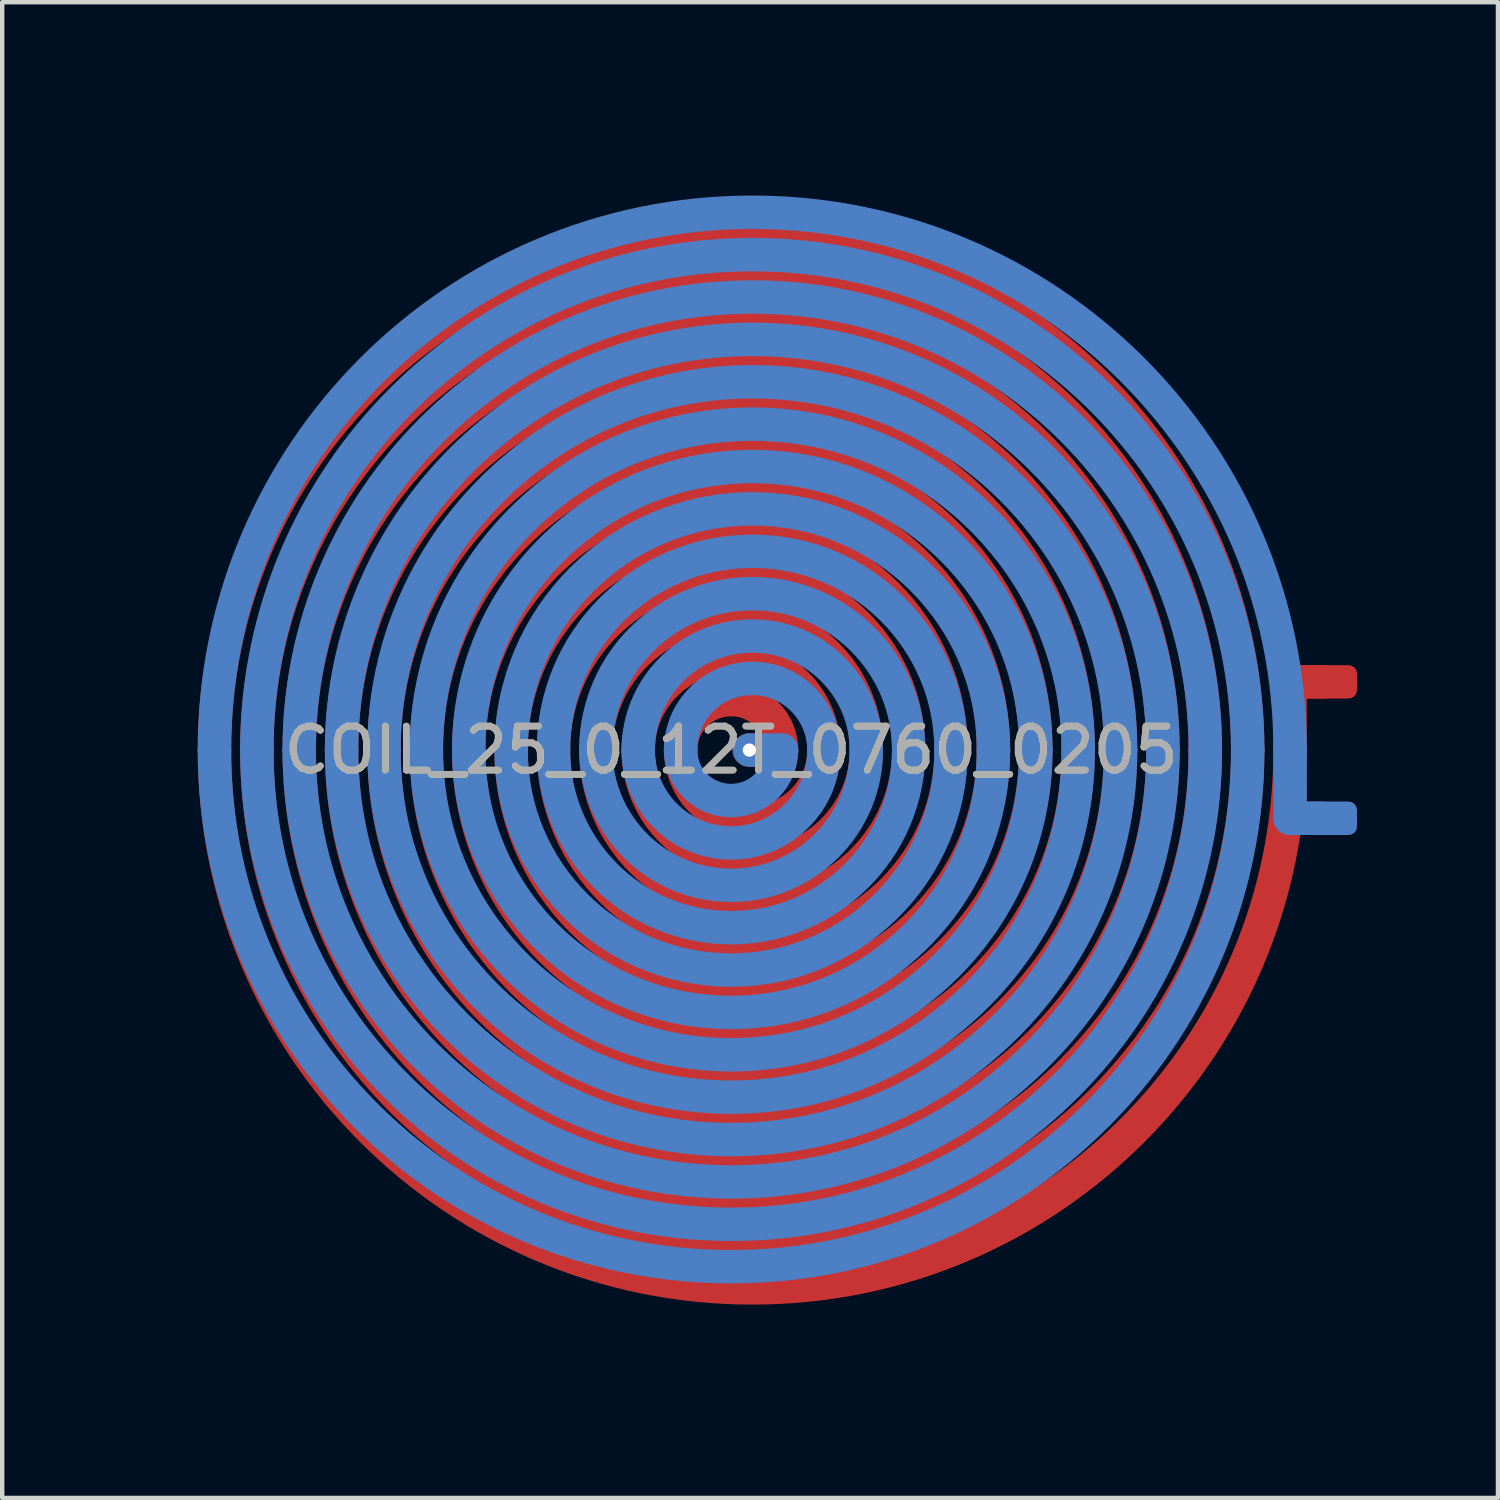
<source format=kicad_pcb>
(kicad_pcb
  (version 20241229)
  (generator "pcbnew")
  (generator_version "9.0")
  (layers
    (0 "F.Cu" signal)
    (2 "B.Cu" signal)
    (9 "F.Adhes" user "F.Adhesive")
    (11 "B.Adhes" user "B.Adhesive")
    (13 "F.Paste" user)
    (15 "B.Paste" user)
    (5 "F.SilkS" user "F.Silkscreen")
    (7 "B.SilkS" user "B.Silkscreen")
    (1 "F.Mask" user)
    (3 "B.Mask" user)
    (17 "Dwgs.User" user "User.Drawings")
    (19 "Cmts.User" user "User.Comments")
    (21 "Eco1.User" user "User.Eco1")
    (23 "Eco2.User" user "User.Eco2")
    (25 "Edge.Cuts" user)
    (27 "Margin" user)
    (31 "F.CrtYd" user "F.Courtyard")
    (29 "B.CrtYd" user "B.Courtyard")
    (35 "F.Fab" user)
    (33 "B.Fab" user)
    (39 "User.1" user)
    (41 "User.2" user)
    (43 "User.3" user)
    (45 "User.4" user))
  (footprint "COIL_25_0_12T_0760_0205"
    (layer "F.Cu")
    (at 14.045 13.995)
    (property "Reference" "COIL_25_0_12T_0760_0205" (at -0.481 0 0) (unlocked yes) (layer "F.SilkS") (effects (font (size 1 1) (thickness 0.15))))
    (attr smd exclude_from_pos_files exclude_from_bom allow_missing_courtyard)
    (fp_line (start 0.665 0) (end -0.066 0) (stroke (width 0.76) (type default)) (layer "F.Cu"))
    (fp_line (start 12.22 -1.55) (end 12.98 -1.55) (stroke (width 0.76) (type default)) (layer "F.Cu"))
    (fp_line (start 12.222 0) (end 12.22 -1.55) (stroke (width 0.76) (type default)) (layer "F.Cu"))
    (fp_arc (start -12.2215 0) (mid -0.4815 -11.74) (end 11.2585 0) (stroke (width 0.76) (type default)) (layer "F.Cu"))
    (fp_arc (start -11.2585 0) (mid -0.4815 -10.777) (end 10.2955 0) (stroke (width 0.76) (type default)) (layer "F.Cu"))
    (fp_arc (start -10.2955 0) (mid -0.4815 -9.814) (end 9.3325 0) (stroke (width 0.76) (type default)) (layer "F.Cu"))
    (fp_arc (start -9.3325 0) (mid -0.4815 -8.851) (end 8.3695 0) (stroke (width 0.76) (type default)) (layer "F.Cu"))
    (fp_arc (start -8.3695 0) (mid -0.4815 -7.888) (end 7.4065 0) (stroke (width 0.76) (type default)) (layer "F.Cu"))
    (fp_arc (start -7.4065 0) (mid -0.4815 -6.925) (end 6.4435 0) (stroke (width 0.76) (type default)) (layer "F.Cu"))
    (fp_arc (start -6.4435 0) (mid -0.4815 -5.962) (end 5.4805 0) (stroke (width 0.76) (type default)) (layer "F.Cu"))
    (fp_arc (start -5.4805 0) (mid -0.4815 -4.999) (end 4.5175 0) (stroke (width 0.76) (type default)) (layer "F.Cu"))
    (fp_arc (start -4.5175 0) (mid -0.4815 -4.036) (end 3.5545 0) (stroke (width 0.76) (type default)) (layer "F.Cu"))
    (fp_arc (start -3.5545 0) (mid -0.4815 -3.073) (end 2.5915 0) (stroke (width 0.76) (type default)) (layer "F.Cu"))
    (fp_arc (start -2.5915 0) (mid -0.4815 -2.11) (end 1.6285 0) (stroke (width 0.76) (type default)) (layer "F.Cu"))
    (fp_arc (start -1.6285 0) (mid -0.4815 -1.147) (end 0.6655 0) (stroke (width 0.76) (type default)) (layer "F.Cu"))
    (fp_arc (start 1.6285 0) (mid 0.0005 1.628) (end -1.6285 0) (stroke (width 0.76) (type default)) (layer "F.Cu"))
    (fp_arc (start 2.5915 0) (mid 0.0005 2.591) (end -2.5915 0) (stroke (width 0.76) (type default)) (layer "F.Cu"))
    (fp_arc (start 3.5545 0) (mid 0.0005 3.554) (end -3.5545 0) (stroke (width 0.76) (type default)) (layer "F.Cu"))
    (fp_arc (start 4.5175 0) (mid 0.0005 4.518) (end -4.5175 0) (stroke (width 0.76) (type default)) (layer "F.Cu"))
    (fp_arc (start 5.4805 0) (mid 0.0005 5.48) (end -5.4805 0) (stroke (width 0.76) (type default)) (layer "F.Cu"))
    (fp_arc (start 6.4435 0) (mid 0.0005 6.444) (end -6.4435 0) (stroke (width 0.76) (type default)) (layer "F.Cu"))
    (fp_arc (start 7.4065 0) (mid 0.0005 7.406) (end -7.4065 0) (stroke (width 0.76) (type default)) (layer "F.Cu"))
    (fp_arc (start 8.3695 0) (mid 0.0005 8.37) (end -8.3695 0) (stroke (width 0.76) (type default)) (layer "F.Cu"))
    (fp_arc (start 9.3325 0) (mid 0.0005 9.332) (end -9.3325 0) (stroke (width 0.76) (type default)) (layer "F.Cu"))
    (fp_arc (start 10.2955 0) (mid 0.0005 10.296) (end -10.2955 0) (stroke (width 0.76) (type default)) (layer "F.Cu"))
    (fp_arc (start 11.2585 0) (mid 0.0005 11.259) (end -11.2585 0) (stroke (width 0.76) (type default)) (layer "F.Cu"))
    (fp_arc (start 12.2215 0) (mid 0.0005 12.222) (end -12.2215 0) (stroke (width 0.76) (type default)) (layer "F.Cu"))
    (fp_line (start 0.665 0) (end -0.066 0) (stroke (width 0.76) (type default)) (layer "B.Cu"))
    (fp_line (start 12.222 0) (end 12.222 1.55) (stroke (width 0.76) (type default)) (layer "B.Cu"))
    (fp_line (start 12.222 1.55) (end 12.982 1.55) (stroke (width 0.76) (type default)) (layer "B.Cu"))
    (fp_arc (start -12.2215 0) (mid 0.0005 -12.222) (end 12.2215 0) (stroke (width 0.76) (type default)) (layer "B.Cu"))
    (fp_arc (start -11.2585 0) (mid 0.0005 -11.259) (end 11.2585 0) (stroke (width 0.76) (type default)) (layer "B.Cu"))
    (fp_arc (start -10.2955 0) (mid 0.0005 -10.296) (end 10.2955 0) (stroke (width 0.76) (type default)) (layer "B.Cu"))
    (fp_arc (start -9.3325 0) (mid 0.0005 -9.332) (end 9.3325 0) (stroke (width 0.76) (type default)) (layer "B.Cu"))
    (fp_arc (start -8.3695 0) (mid 0.0005 -8.37) (end 8.3695 0) (stroke (width 0.76) (type default)) (layer "B.Cu"))
    (fp_arc (start -7.4065 0) (mid 0.0005 -7.406) (end 7.4065 0) (stroke (width 0.76) (type default)) (layer "B.Cu"))
    (fp_arc (start -6.4435 0) (mid 0.0005 -6.444) (end 6.4435 0) (stroke (width 0.76) (type default)) (layer "B.Cu"))
    (fp_arc (start -5.4805 0) (mid 0.0005 -5.48) (end 5.4805 0) (stroke (width 0.76) (type default)) (layer "B.Cu"))
    (fp_arc (start -4.5175 0) (mid 0.0005 -4.518) (end 4.5175 0) (stroke (width 0.76) (type default)) (layer "B.Cu"))
    (fp_arc (start -3.5545 0) (mid 0.0005 -3.554) (end 3.5545 0) (stroke (width 0.76) (type default)) (layer "B.Cu"))
    (fp_arc (start -2.5915 0) (mid 0.0005 -2.591) (end 2.5915 0) (stroke (width 0.76) (type default)) (layer "B.Cu"))
    (fp_arc (start -1.6285 0) (mid 0.0005 -1.628) (end 1.6285 0) (stroke (width 0.76) (type default)) (layer "B.Cu"))
    (fp_arc (start 0.6655 0) (mid -0.4815 1.147) (end -1.6285 0) (stroke (width 0.76) (type default)) (layer "B.Cu"))
    (fp_arc (start 1.6285 0) (mid -0.4815 2.11) (end -2.5915 0) (stroke (width 0.76) (type default)) (layer "B.Cu"))
    (fp_arc (start 2.5915 0) (mid -0.4815 3.073) (end -3.5545 0) (stroke (width 0.76) (type default)) (layer "B.Cu"))
    (fp_arc (start 3.5545 0) (mid -0.4815 4.036) (end -4.5175 0) (stroke (width 0.76) (type default)) (layer "B.Cu"))
    (fp_arc (start 4.5175 0) (mid -0.4815 4.999) (end -5.4805 0) (stroke (width 0.76) (type default)) (layer "B.Cu"))
    (fp_arc (start 5.4805 0) (mid -0.4815 5.962) (end -6.4435 0) (stroke (width 0.76) (type default)) (layer "B.Cu"))
    (fp_arc (start 6.4435 0) (mid -0.4815 6.925) (end -7.4065 0) (stroke (width 0.76) (type default)) (layer "B.Cu"))
    (fp_arc (start 7.4065 0) (mid -0.4815 7.888) (end -8.3695 0) (stroke (width 0.76) (type default)) (layer "B.Cu"))
    (fp_arc (start 8.3695 0) (mid -0.4815 8.851) (end -9.3325 0) (stroke (width 0.76) (type default)) (layer "B.Cu"))
    (fp_arc (start 9.3325 0) (mid -0.4815 9.814) (end -10.2955 0) (stroke (width 0.76) (type default)) (layer "B.Cu"))
    (fp_arc (start 10.2955 0) (mid -0.4815 10.777) (end -11.2585 0) (stroke (width 0.76) (type default)) (layer "B.Cu"))
    (fp_arc (start 11.2585 0) (mid -0.4815 11.74) (end -12.2215 0) (stroke (width 0.76) (type default)) (layer "B.Cu"))
    (fp_text user "${REFERENCE}" (at -0.481 0 0) (unlocked yes) (layer "F.Fab") (effects (font (size 1 1) (thickness 0.15))))
    (pad "0" thru_hole circle (at -0.066 0) (size 0.6 0.6) (drill 0.3) (layers "*.Cu") (remove_unused_layers yes) (keep_end_layers yes) (zone_layer_connections))
    (pad "1" smd roundrect (at 12.982 -1.55) (size 1.52 0.76) (layers "F.Cu") (roundrect_rratio 0.25))
    (pad "2" smd roundrect (at 12.982 1.55) (size 1.52 0.76) (layers "B.Cu") (roundrect_rratio 0.25))
    (zone (net_name "") (layers "F.Cu" "B.Cu") (hatch edge 0.5) (connect_pads) (min_thickness 0.25) (filled_areas_thickness no) (keepout (tracks allowed) (vias allowed) (pads allowed) (copperpour not_allowed) (footprints allowed)) (placement (enabled no)) (fill) (polygon (pts (xy 27.99 13.629) (xy 27.952 12.897) (xy 27.875 12.168) (xy 27.761 11.444) (xy 27.608 10.727) (xy 27.419 10.019) (xy 27.192 9.322) (xy 26.93 8.638) (xy 26.631 7.968) (xy 26.299 7.315) (xy 25.932 6.68) (xy 25.533 6.066) (xy 25.102 5.473) (xy 24.641 4.903) (xy 24.15 4.358) (xy 23.632 3.84) (xy 23.087 3.35) (xy 22.518 2.888) (xy 21.925 2.457) (xy 21.31 2.058) (xy 20.675 1.692) (xy 20.022 1.359) (xy 19.353 1.061) (xy 18.668 0.798) (xy 17.971 0.572) (xy 17.263 0.382) (xy 16.547 0.23) (xy 15.823 0.115) (xy 15.094 0.038) (xy 14.362 0) (xy 13.629 0) (xy 12.897 0.038) (xy 12.168 0.115) (xy 11.444 0.23) (xy 10.727 0.382) (xy 10.019 0.572) (xy 9.322 0.798) (xy 8.638 1.061) (xy 7.968 1.359) (xy 7.315 1.692) (xy 6.68 2.058) (xy 6.066 2.457) (xy 5.473 2.888) (xy 4.903 3.35) (xy 4.358 3.84) (xy 3.84 4.358) (xy 3.35 4.903) (xy 2.888 5.473) (xy 2.457 6.066) (xy 2.058 6.68) (xy 1.692 7.315) (xy 1.359 7.968) (xy 1.061 8.638) (xy 0.798 9.322) (xy 0.572 10.019) (xy 0.382 10.727) (xy 0.23 11.444) (xy 0.115 12.168) (xy 0.038 12.897) (xy 0 13.629) (xy 0 14.362) (xy 0.038 15.094) (xy 0.115 15.823) (xy 0.23 16.547) (xy 0.382 17.263) (xy 0.572 17.971) (xy 0.798 18.668) (xy 1.061 19.353) (xy 1.359 20.022) (xy 1.692 20.675) (xy 2.058 21.31) (xy 2.457 21.925) (xy 2.888 22.518) (xy 3.35 23.087) (xy 3.84 23.632) (xy 4.358 24.15) (xy 4.903 24.641) (xy 5.473 25.102) (xy 6.066 25.533) (xy 6.68 25.932) (xy 7.315 26.299) (xy 7.968 26.631) (xy 8.638 26.93) (xy 9.322 27.192) (xy 10.019 27.419) (xy 10.727 27.608) (xy 11.444 27.761) (xy 12.168 27.875) (xy 12.897 27.952) (xy 13.629 27.99) (xy 14.362 27.99) (xy 15.094 27.952) (xy 15.823 27.875) (xy 16.547 27.761) (xy 17.263 27.608) (xy 17.971 27.419) (xy 18.668 27.192) (xy 19.353 26.93) (xy 20.022 26.631) (xy 20.675 26.299) (xy 21.31 25.932) (xy 21.925 25.533) (xy 22.518 25.102) (xy 23.087 24.641) (xy 23.632 24.15) (xy 24.15 23.632) (xy 24.641 23.087) (xy 25.102 22.518) (xy 25.533 21.925) (xy 25.932 21.31) (xy 26.299 20.675) (xy 26.631 20.022) (xy 26.93 19.353) (xy 27.192 18.668) (xy 27.419 17.971) (xy 27.608 17.263) (xy 27.761 16.547) (xy 27.875 15.823) (xy 27.952 15.094) (xy 27.99 14.362)))))
  (gr_rect
    (start -3 -3)
    (end 30.99 30.99)
    (stroke (width 0.1) (type default))
    (fill no)
    (layer "Edge.Cuts")))
</source>
